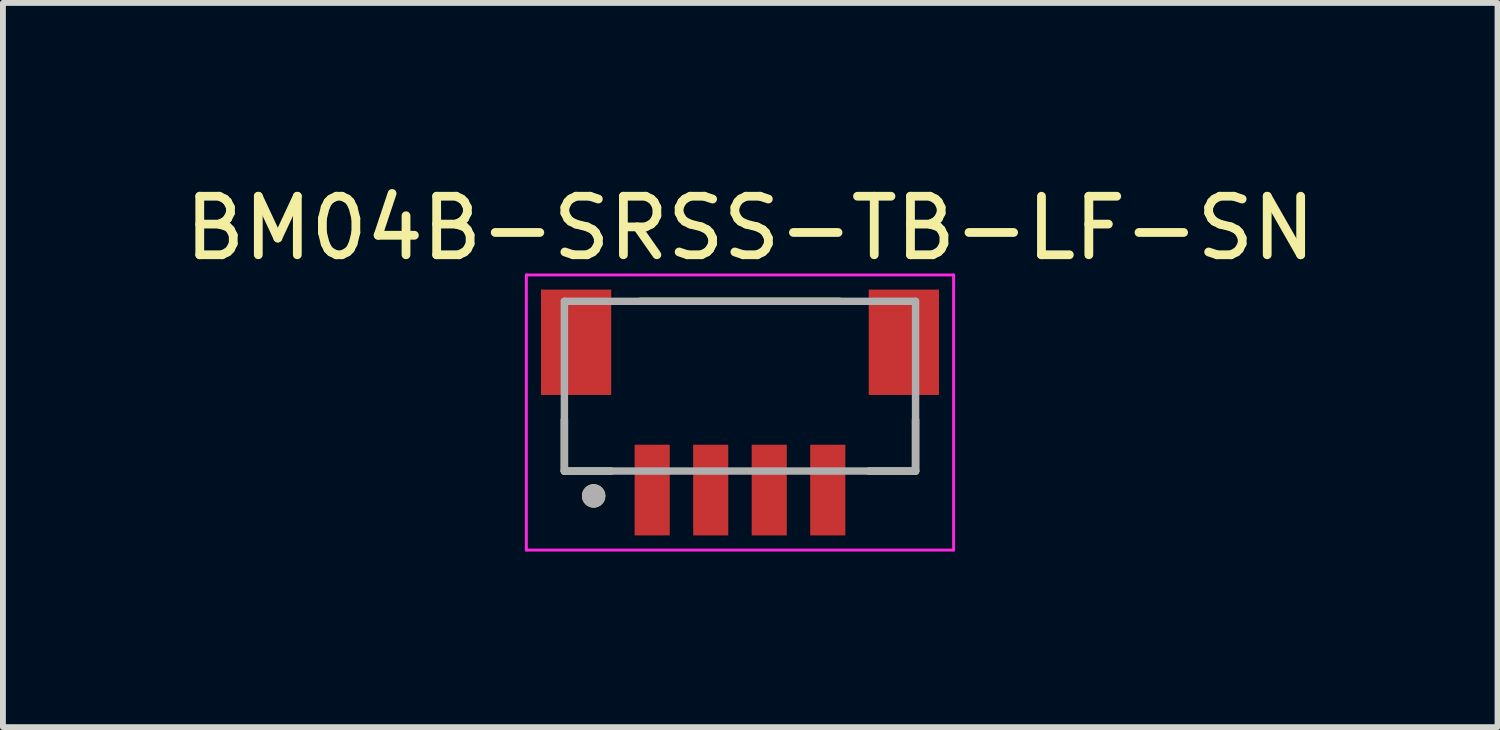
<source format=kicad_pcb>
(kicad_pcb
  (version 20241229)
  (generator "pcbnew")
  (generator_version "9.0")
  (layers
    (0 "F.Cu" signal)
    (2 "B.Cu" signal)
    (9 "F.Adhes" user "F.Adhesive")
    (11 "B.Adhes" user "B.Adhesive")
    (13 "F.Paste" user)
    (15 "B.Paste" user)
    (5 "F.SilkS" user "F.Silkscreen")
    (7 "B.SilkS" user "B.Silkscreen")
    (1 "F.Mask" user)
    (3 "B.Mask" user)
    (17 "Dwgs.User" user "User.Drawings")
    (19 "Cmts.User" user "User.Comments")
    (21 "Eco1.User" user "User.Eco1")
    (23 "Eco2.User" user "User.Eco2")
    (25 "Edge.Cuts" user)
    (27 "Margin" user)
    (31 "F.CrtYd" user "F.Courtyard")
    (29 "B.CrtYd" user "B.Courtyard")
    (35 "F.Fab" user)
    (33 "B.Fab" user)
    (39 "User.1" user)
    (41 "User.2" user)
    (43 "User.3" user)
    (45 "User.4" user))
  (footprint "BM04B-SRSS-TB-LF-SN"
    (layer "F.Cu")
    (at 9.593 3.998)
    (property "Reference" "BM04B-SRSS-TB-LF-SN" (at 0.175 -3.15 0) (layer "F.SilkS") (effects (font (size 1 1) (thickness 0.15))))
    (attr through_hole)
    (fp_line (start -3 0.125) (end -3 1) (stroke (width 0.127) (type solid)) (layer "F.SilkS"))
    (fp_line (start -3 1) (end -2.2 1) (stroke (width 0.127) (type solid)) (layer "F.SilkS"))
    (fp_line (start -1.7 -1.9) (end 1.7 -1.9) (stroke (width 0.127) (type solid)) (layer "F.SilkS"))
    (fp_line (start 3 0.125) (end 3 1) (stroke (width 0.127) (type solid)) (layer "F.SilkS"))
    (fp_line (start 3 1) (end 2.2 1) (stroke (width 0.127) (type solid)) (layer "F.SilkS"))
    (fp_circle (center -2.5 1.425) (end -2.4 1.425) (stroke (width 0.2) (type solid)) (fill no) (layer "F.SilkS"))
    (fp_line (start -3.65 -2.35) (end 3.65 -2.35) (stroke (width 0.05) (type solid)) (layer "F.CrtYd"))
    (fp_line (start -3.65 2.35) (end -3.65 -2.35) (stroke (width 0.05) (type solid)) (layer "F.CrtYd"))
    (fp_line (start 3.65 -2.35) (end 3.65 2.35) (stroke (width 0.05) (type solid)) (layer "F.CrtYd"))
    (fp_line (start 3.65 2.35) (end -3.65 2.35) (stroke (width 0.05) (type solid)) (layer "F.CrtYd"))
    (fp_line (start -3 -1.9) (end 3 -1.9) (stroke (width 0.127) (type solid)) (layer "F.Fab"))
    (fp_line (start -3 1) (end -3 -1.9) (stroke (width 0.127) (type solid)) (layer "F.Fab"))
    (fp_line (start 3 -1.9) (end 3 1) (stroke (width 0.127) (type solid)) (layer "F.Fab"))
    (fp_line (start 3 1) (end -3 1) (stroke (width 0.127) (type solid)) (layer "F.Fab"))
    (fp_circle (center -2.5 1.425) (end -2.4 1.425) (stroke (width 0.2) (type solid)) (fill no) (layer "F.Fab"))
    (pad "" smd rect (at -2.8 -1.2) (size 1.2 1.8) (layers "F.Cu" "F.Mask" "F.Paste"))
    (pad "" smd rect (at 2.8 -1.2) (size 1.2 1.8) (layers "F.Cu" "F.Mask" "F.Paste"))
    (pad "1" smd rect (at -1.5 1.325) (size 0.6 1.55) (layers "F.Cu" "F.Mask" "F.Paste"))
    (pad "2" smd rect (at -0.5 1.325) (size 0.6 1.55) (layers "F.Cu" "F.Mask" "F.Paste"))
    (pad "3" smd rect (at 0.5 1.325) (size 0.6 1.55) (layers "F.Cu" "F.Mask" "F.Paste"))
    (pad "4" smd rect (at 1.5 1.325) (size 0.6 1.55) (layers "F.Cu" "F.Mask" "F.Paste")))
  (gr_rect
    (start -3 -3)
    (end 22.536 9.373)
    (stroke (width 0.1) (type default))
    (fill no)
    (layer "Edge.Cuts")))
</source>
